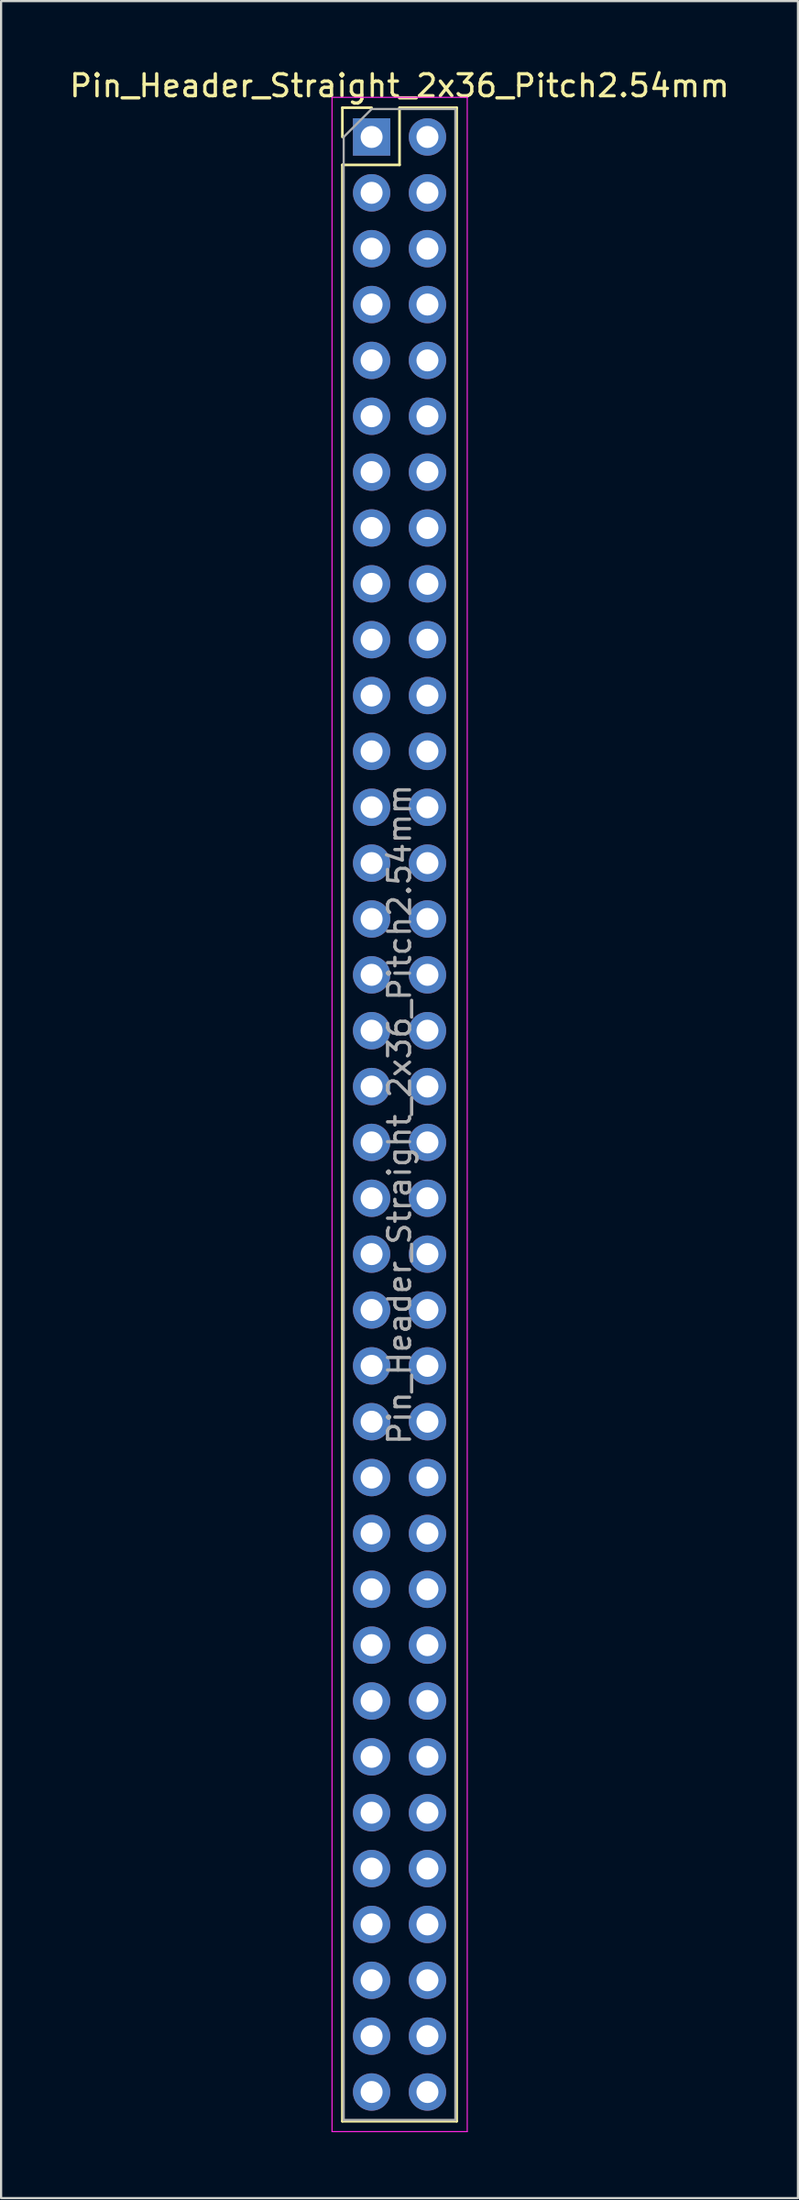
<source format=kicad_pcb>
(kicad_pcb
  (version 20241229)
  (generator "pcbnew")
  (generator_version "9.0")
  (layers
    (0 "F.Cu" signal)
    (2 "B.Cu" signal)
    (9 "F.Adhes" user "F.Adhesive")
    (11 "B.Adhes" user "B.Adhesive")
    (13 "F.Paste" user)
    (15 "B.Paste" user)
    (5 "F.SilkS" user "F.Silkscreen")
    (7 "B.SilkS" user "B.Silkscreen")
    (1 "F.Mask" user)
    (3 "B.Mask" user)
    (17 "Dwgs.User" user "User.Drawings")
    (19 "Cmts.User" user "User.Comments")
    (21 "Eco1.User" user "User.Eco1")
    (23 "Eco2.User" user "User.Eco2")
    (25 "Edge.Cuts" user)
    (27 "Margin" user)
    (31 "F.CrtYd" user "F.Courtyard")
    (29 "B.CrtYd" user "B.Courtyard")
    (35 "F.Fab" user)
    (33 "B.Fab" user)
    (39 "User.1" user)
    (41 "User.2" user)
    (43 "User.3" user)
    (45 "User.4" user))
  (footprint "Pin_Header_Straight_2x36_Pitch2.54mm"
    (layer "F.Cu")
    (at 13.855 3.178)
    (property "Reference" "Pin_Header_Straight_2x36_Pitch2.54mm" (at 1.27 -2.33 0) (layer "F.SilkS") (effects (font (size 1 1) (thickness 0.15))))
    (attr through_hole)
    (fp_line (start -1.33 -1.33) (end 0 -1.33) (stroke (width 0.12) (type solid)) (layer "F.SilkS"))
    (fp_line (start -1.33 0) (end -1.33 -1.33) (stroke (width 0.12) (type solid)) (layer "F.SilkS"))
    (fp_line (start -1.33 1.27) (end -1.33 90.23) (stroke (width 0.12) (type solid)) (layer "F.SilkS"))
    (fp_line (start -1.33 90.23) (end 3.87 90.23) (stroke (width 0.12) (type solid)) (layer "F.SilkS"))
    (fp_line (start 1.27 -1.33) (end 1.27 1.27) (stroke (width 0.12) (type solid)) (layer "F.SilkS"))
    (fp_line (start 1.27 1.27) (end -1.33 1.27) (stroke (width 0.12) (type solid)) (layer "F.SilkS"))
    (fp_line (start 3.87 -1.33) (end 1.27 -1.33) (stroke (width 0.12) (type solid)) (layer "F.SilkS"))
    (fp_line (start 3.87 90.23) (end 3.87 -1.33) (stroke (width 0.12) (type solid)) (layer "F.SilkS"))
    (fp_line (start -1.8 -1.8) (end -1.8 90.7) (stroke (width 0.05) (type solid)) (layer "F.CrtYd"))
    (fp_line (start -1.8 90.7) (end 4.35 90.7) (stroke (width 0.05) (type solid)) (layer "F.CrtYd"))
    (fp_line (start 4.35 -1.8) (end -1.8 -1.8) (stroke (width 0.05) (type solid)) (layer "F.CrtYd"))
    (fp_line (start 4.35 90.7) (end 4.35 -1.8) (stroke (width 0.05) (type solid)) (layer "F.CrtYd"))
    (fp_line (start -1.27 0) (end 0 -1.27) (stroke (width 0.1) (type solid)) (layer "F.Fab"))
    (fp_line (start -1.27 90.17) (end -1.27 0) (stroke (width 0.1) (type solid)) (layer "F.Fab"))
    (fp_line (start 0 -1.27) (end 3.81 -1.27) (stroke (width 0.1) (type solid)) (layer "F.Fab"))
    (fp_line (start 3.81 -1.27) (end 3.81 90.17) (stroke (width 0.1) (type solid)) (layer "F.Fab"))
    (fp_line (start 3.81 90.17) (end -1.27 90.17) (stroke (width 0.1) (type solid)) (layer "F.Fab"))
    (fp_text user "${REFERENCE}" (at 1.27 44.45 90) (layer "F.Fab") (effects (font (size 1 1) (thickness 0.15))))
    (pad "1" thru_hole rect (at 0 0) (size 1.7 1.7) (drill 1) (layers "*.Cu" "*.Mask"))
    (pad "2" thru_hole oval (at 2.54 0) (size 1.7 1.7) (drill 1) (layers "*.Cu" "*.Mask"))
    (pad "3" thru_hole oval (at 0 2.54) (size 1.7 1.7) (drill 1) (layers "*.Cu" "*.Mask"))
    (pad "4" thru_hole oval (at 2.54 2.54) (size 1.7 1.7) (drill 1) (layers "*.Cu" "*.Mask"))
    (pad "5" thru_hole oval (at 0 5.08) (size 1.7 1.7) (drill 1) (layers "*.Cu" "*.Mask"))
    (pad "6" thru_hole oval (at 2.54 5.08) (size 1.7 1.7) (drill 1) (layers "*.Cu" "*.Mask"))
    (pad "7" thru_hole oval (at 0 7.62) (size 1.7 1.7) (drill 1) (layers "*.Cu" "*.Mask"))
    (pad "8" thru_hole oval (at 2.54 7.62) (size 1.7 1.7) (drill 1) (layers "*.Cu" "*.Mask"))
    (pad "9" thru_hole oval (at 0 10.16) (size 1.7 1.7) (drill 1) (layers "*.Cu" "*.Mask"))
    (pad "10" thru_hole oval (at 2.54 10.16) (size 1.7 1.7) (drill 1) (layers "*.Cu" "*.Mask"))
    (pad "11" thru_hole oval (at 0 12.7) (size 1.7 1.7) (drill 1) (layers "*.Cu" "*.Mask"))
    (pad "12" thru_hole oval (at 2.54 12.7) (size 1.7 1.7) (drill 1) (layers "*.Cu" "*.Mask"))
    (pad "13" thru_hole oval (at 0 15.24) (size 1.7 1.7) (drill 1) (layers "*.Cu" "*.Mask"))
    (pad "14" thru_hole oval (at 2.54 15.24) (size 1.7 1.7) (drill 1) (layers "*.Cu" "*.Mask"))
    (pad "15" thru_hole oval (at 0 17.78) (size 1.7 1.7) (drill 1) (layers "*.Cu" "*.Mask"))
    (pad "16" thru_hole oval (at 2.54 17.78) (size 1.7 1.7) (drill 1) (layers "*.Cu" "*.Mask"))
    (pad "17" thru_hole oval (at 0 20.32) (size 1.7 1.7) (drill 1) (layers "*.Cu" "*.Mask"))
    (pad "18" thru_hole oval (at 2.54 20.32) (size 1.7 1.7) (drill 1) (layers "*.Cu" "*.Mask"))
    (pad "19" thru_hole oval (at 0 22.86) (size 1.7 1.7) (drill 1) (layers "*.Cu" "*.Mask"))
    (pad "20" thru_hole oval (at 2.54 22.86) (size 1.7 1.7) (drill 1) (layers "*.Cu" "*.Mask"))
    (pad "21" thru_hole oval (at 0 25.4) (size 1.7 1.7) (drill 1) (layers "*.Cu" "*.Mask"))
    (pad "22" thru_hole oval (at 2.54 25.4) (size 1.7 1.7) (drill 1) (layers "*.Cu" "*.Mask"))
    (pad "23" thru_hole oval (at 0 27.94) (size 1.7 1.7) (drill 1) (layers "*.Cu" "*.Mask"))
    (pad "24" thru_hole oval (at 2.54 27.94) (size 1.7 1.7) (drill 1) (layers "*.Cu" "*.Mask"))
    (pad "25" thru_hole oval (at 0 30.48) (size 1.7 1.7) (drill 1) (layers "*.Cu" "*.Mask"))
    (pad "26" thru_hole oval (at 2.54 30.48) (size 1.7 1.7) (drill 1) (layers "*.Cu" "*.Mask"))
    (pad "27" thru_hole oval (at 0 33.02) (size 1.7 1.7) (drill 1) (layers "*.Cu" "*.Mask"))
    (pad "28" thru_hole oval (at 2.54 33.02) (size 1.7 1.7) (drill 1) (layers "*.Cu" "*.Mask"))
    (pad "29" thru_hole oval (at 0 35.56) (size 1.7 1.7) (drill 1) (layers "*.Cu" "*.Mask"))
    (pad "30" thru_hole oval (at 2.54 35.56) (size 1.7 1.7) (drill 1) (layers "*.Cu" "*.Mask"))
    (pad "31" thru_hole oval (at 0 38.1) (size 1.7 1.7) (drill 1) (layers "*.Cu" "*.Mask"))
    (pad "32" thru_hole oval (at 2.54 38.1) (size 1.7 1.7) (drill 1) (layers "*.Cu" "*.Mask"))
    (pad "33" thru_hole oval (at 0 40.64) (size 1.7 1.7) (drill 1) (layers "*.Cu" "*.Mask"))
    (pad "34" thru_hole oval (at 2.54 40.64) (size 1.7 1.7) (drill 1) (layers "*.Cu" "*.Mask"))
    (pad "35" thru_hole oval (at 0 43.18) (size 1.7 1.7) (drill 1) (layers "*.Cu" "*.Mask"))
    (pad "36" thru_hole oval (at 2.54 43.18) (size 1.7 1.7) (drill 1) (layers "*.Cu" "*.Mask"))
    (pad "37" thru_hole oval (at 0 45.72) (size 1.7 1.7) (drill 1) (layers "*.Cu" "*.Mask"))
    (pad "38" thru_hole oval (at 2.54 45.72) (size 1.7 1.7) (drill 1) (layers "*.Cu" "*.Mask"))
    (pad "39" thru_hole oval (at 0 48.26) (size 1.7 1.7) (drill 1) (layers "*.Cu" "*.Mask"))
    (pad "40" thru_hole oval (at 2.54 48.26) (size 1.7 1.7) (drill 1) (layers "*.Cu" "*.Mask"))
    (pad "41" thru_hole oval (at 0 50.8) (size 1.7 1.7) (drill 1) (layers "*.Cu" "*.Mask"))
    (pad "42" thru_hole oval (at 2.54 50.8) (size 1.7 1.7) (drill 1) (layers "*.Cu" "*.Mask"))
    (pad "43" thru_hole oval (at 0 53.34) (size 1.7 1.7) (drill 1) (layers "*.Cu" "*.Mask"))
    (pad "44" thru_hole oval (at 2.54 53.34) (size 1.7 1.7) (drill 1) (layers "*.Cu" "*.Mask"))
    (pad "45" thru_hole oval (at 0 55.88) (size 1.7 1.7) (drill 1) (layers "*.Cu" "*.Mask"))
    (pad "46" thru_hole oval (at 2.54 55.88) (size 1.7 1.7) (drill 1) (layers "*.Cu" "*.Mask"))
    (pad "47" thru_hole oval (at 0 58.42) (size 1.7 1.7) (drill 1) (layers "*.Cu" "*.Mask"))
    (pad "48" thru_hole oval (at 2.54 58.42) (size 1.7 1.7) (drill 1) (layers "*.Cu" "*.Mask"))
    (pad "49" thru_hole oval (at 0 60.96) (size 1.7 1.7) (drill 1) (layers "*.Cu" "*.Mask"))
    (pad "50" thru_hole oval (at 2.54 60.96) (size 1.7 1.7) (drill 1) (layers "*.Cu" "*.Mask"))
    (pad "51" thru_hole oval (at 0 63.5) (size 1.7 1.7) (drill 1) (layers "*.Cu" "*.Mask"))
    (pad "52" thru_hole oval (at 2.54 63.5) (size 1.7 1.7) (drill 1) (layers "*.Cu" "*.Mask"))
    (pad "53" thru_hole oval (at 0 66.04) (size 1.7 1.7) (drill 1) (layers "*.Cu" "*.Mask"))
    (pad "54" thru_hole oval (at 2.54 66.04) (size 1.7 1.7) (drill 1) (layers "*.Cu" "*.Mask"))
    (pad "55" thru_hole oval (at 0 68.58) (size 1.7 1.7) (drill 1) (layers "*.Cu" "*.Mask"))
    (pad "56" thru_hole oval (at 2.54 68.58) (size 1.7 1.7) (drill 1) (layers "*.Cu" "*.Mask"))
    (pad "57" thru_hole oval (at 0 71.12) (size 1.7 1.7) (drill 1) (layers "*.Cu" "*.Mask"))
    (pad "58" thru_hole oval (at 2.54 71.12) (size 1.7 1.7) (drill 1) (layers "*.Cu" "*.Mask"))
    (pad "59" thru_hole oval (at 0 73.66) (size 1.7 1.7) (drill 1) (layers "*.Cu" "*.Mask"))
    (pad "60" thru_hole oval (at 2.54 73.66) (size 1.7 1.7) (drill 1) (layers "*.Cu" "*.Mask"))
    (pad "61" thru_hole oval (at 0 76.2) (size 1.7 1.7) (drill 1) (layers "*.Cu" "*.Mask"))
    (pad "62" thru_hole oval (at 2.54 76.2) (size 1.7 1.7) (drill 1) (layers "*.Cu" "*.Mask"))
    (pad "63" thru_hole oval (at 0 78.74) (size 1.7 1.7) (drill 1) (layers "*.Cu" "*.Mask"))
    (pad "64" thru_hole oval (at 2.54 78.74) (size 1.7 1.7) (drill 1) (layers "*.Cu" "*.Mask"))
    (pad "65" thru_hole oval (at 0 81.28) (size 1.7 1.7) (drill 1) (layers "*.Cu" "*.Mask"))
    (pad "66" thru_hole oval (at 2.54 81.28) (size 1.7 1.7) (drill 1) (layers "*.Cu" "*.Mask"))
    (pad "67" thru_hole oval (at 0 83.82) (size 1.7 1.7) (drill 1) (layers "*.Cu" "*.Mask"))
    (pad "68" thru_hole oval (at 2.54 83.82) (size 1.7 1.7) (drill 1) (layers "*.Cu" "*.Mask"))
    (pad "69" thru_hole oval (at 0 86.36) (size 1.7 1.7) (drill 1) (layers "*.Cu" "*.Mask"))
    (pad "70" thru_hole oval (at 2.54 86.36) (size 1.7 1.7) (drill 1) (layers "*.Cu" "*.Mask"))
    (pad "71" thru_hole oval (at 0 88.9) (size 1.7 1.7) (drill 1) (layers "*.Cu" "*.Mask"))
    (pad "72" thru_hole oval (at 2.54 88.9) (size 1.7 1.7) (drill 1) (layers "*.Cu" "*.Mask")))
  (gr_rect
    (start -3 -3)
    (end 33.25 96.903)
    (stroke (width 0.1) (type default))
    (fill no)
    (layer "Edge.Cuts")))
</source>
